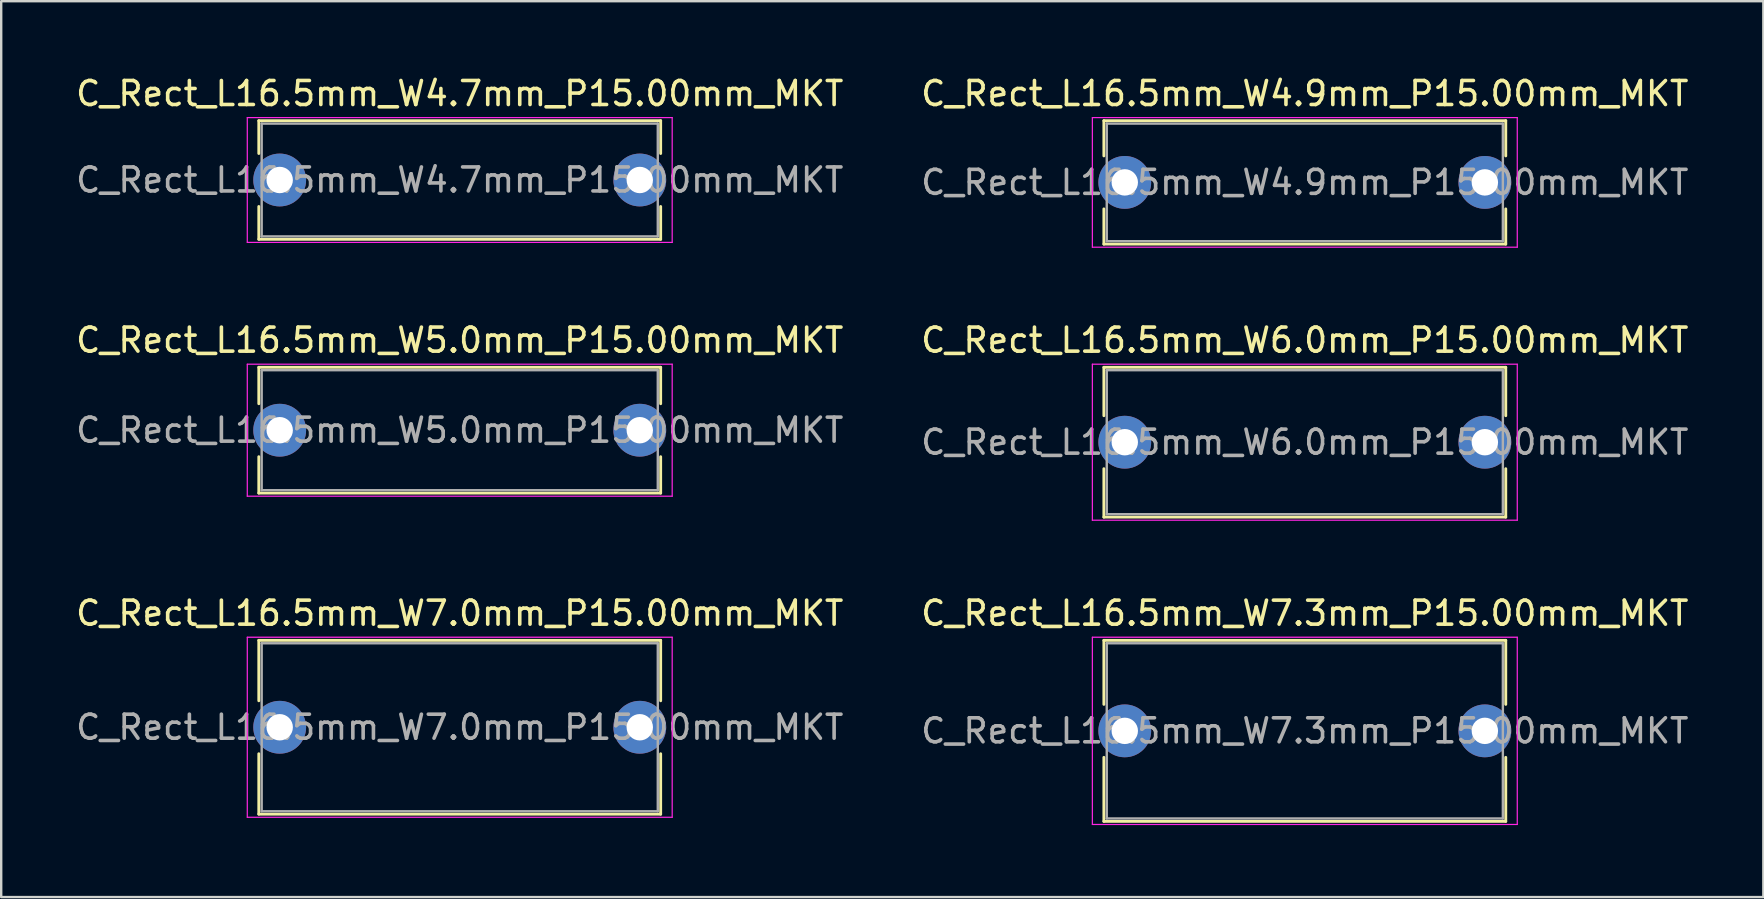
<source format=kicad_pcb>
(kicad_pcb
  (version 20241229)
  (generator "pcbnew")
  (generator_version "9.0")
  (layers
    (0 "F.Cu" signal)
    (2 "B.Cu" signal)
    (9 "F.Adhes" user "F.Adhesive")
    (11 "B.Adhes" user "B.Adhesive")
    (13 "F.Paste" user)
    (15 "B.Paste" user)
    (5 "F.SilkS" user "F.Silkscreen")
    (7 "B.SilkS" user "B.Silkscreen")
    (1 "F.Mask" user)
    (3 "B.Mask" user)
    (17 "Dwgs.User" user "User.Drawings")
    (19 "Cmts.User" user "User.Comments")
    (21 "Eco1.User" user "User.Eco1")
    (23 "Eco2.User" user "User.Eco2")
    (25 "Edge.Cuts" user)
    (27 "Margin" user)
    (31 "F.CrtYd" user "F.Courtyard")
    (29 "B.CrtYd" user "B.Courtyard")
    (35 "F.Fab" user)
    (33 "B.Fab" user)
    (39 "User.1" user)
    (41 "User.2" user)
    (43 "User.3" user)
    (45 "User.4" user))
  (footprint "C_Rect_L16.5mm_W7.0mm_P15.00mm_MKT"
    (layer "F.Cu")
    (at 8.601 27.245)
    (property "Reference" "C_Rect_L16.5mm_W7.0mm_P15.00mm_MKT" (at 7.5 -4.75 0) (layer "F.SilkS") (effects (font (size 1 1) (thickness 0.15))))
    (attr through_hole)
    (fp_line (start -0.87 -3.62) (end -0.87 -1.104) (stroke (width 0.12) (type solid)) (layer "F.SilkS"))
    (fp_line (start -0.87 -3.62) (end 15.87 -3.62) (stroke (width 0.12) (type solid)) (layer "F.SilkS"))
    (fp_line (start -0.87 1.104) (end -0.87 3.62) (stroke (width 0.12) (type solid)) (layer "F.SilkS"))
    (fp_line (start -0.87 3.62) (end 15.87 3.62) (stroke (width 0.12) (type solid)) (layer "F.SilkS"))
    (fp_line (start 15.87 -3.62) (end 15.87 -1.104) (stroke (width 0.12) (type solid)) (layer "F.SilkS"))
    (fp_line (start 15.87 1.104) (end 15.87 3.62) (stroke (width 0.12) (type solid)) (layer "F.SilkS"))
    (fp_line (start -1.35 -3.75) (end -1.35 3.75) (stroke (width 0.05) (type solid)) (layer "F.CrtYd"))
    (fp_line (start -1.35 3.75) (end 16.35 3.75) (stroke (width 0.05) (type solid)) (layer "F.CrtYd"))
    (fp_line (start 16.35 -3.75) (end -1.35 -3.75) (stroke (width 0.05) (type solid)) (layer "F.CrtYd"))
    (fp_line (start 16.35 3.75) (end 16.35 -3.75) (stroke (width 0.05) (type solid)) (layer "F.CrtYd"))
    (fp_line (start -0.75 -3.5) (end -0.75 3.5) (stroke (width 0.1) (type solid)) (layer "F.Fab"))
    (fp_line (start -0.75 3.5) (end 15.75 3.5) (stroke (width 0.1) (type solid)) (layer "F.Fab"))
    (fp_line (start 15.75 -3.5) (end -0.75 -3.5) (stroke (width 0.1) (type solid)) (layer "F.Fab"))
    (fp_line (start 15.75 3.5) (end 15.75 -3.5) (stroke (width 0.1) (type solid)) (layer "F.Fab"))
    (fp_text user "${REFERENCE}" (at 7.5 0 0) (layer "F.Fab") (effects (font (size 1 1) (thickness 0.15))))
    (pad "1" thru_hole circle (at 0 0) (size 2.2 2.2) (drill 1.1) (layers "*.Cu" "*.Mask"))
    (pad "2" thru_hole circle (at 15 0) (size 2.2 2.2) (drill 1.1) (layers "*.Cu" "*.Mask")))
  (footprint "C_Rect_L16.5mm_W4.9mm_P15.00mm_MKT"
    (layer "F.Cu")
    (at 43.804 4.548)
    (property "Reference" "C_Rect_L16.5mm_W4.9mm_P15.00mm_MKT" (at 7.5 -3.7 0) (layer "F.SilkS") (effects (font (size 1 1) (thickness 0.15))))
    (attr through_hole)
    (fp_line (start -0.87 -2.571) (end -0.87 -1.104) (stroke (width 0.12) (type solid)) (layer "F.SilkS"))
    (fp_line (start -0.87 -2.571) (end 15.87 -2.571) (stroke (width 0.12) (type solid)) (layer "F.SilkS"))
    (fp_line (start -0.87 1.104) (end -0.87 2.571) (stroke (width 0.12) (type solid)) (layer "F.SilkS"))
    (fp_line (start -0.87 2.571) (end 15.87 2.571) (stroke (width 0.12) (type solid)) (layer "F.SilkS"))
    (fp_line (start 15.87 -2.571) (end 15.87 -1.104) (stroke (width 0.12) (type solid)) (layer "F.SilkS"))
    (fp_line (start 15.87 1.104) (end 15.87 2.571) (stroke (width 0.12) (type solid)) (layer "F.SilkS"))
    (fp_line (start -1.35 -2.7) (end -1.35 2.7) (stroke (width 0.05) (type solid)) (layer "F.CrtYd"))
    (fp_line (start -1.35 2.7) (end 16.35 2.7) (stroke (width 0.05) (type solid)) (layer "F.CrtYd"))
    (fp_line (start 16.35 -2.7) (end -1.35 -2.7) (stroke (width 0.05) (type solid)) (layer "F.CrtYd"))
    (fp_line (start 16.35 2.7) (end 16.35 -2.7) (stroke (width 0.05) (type solid)) (layer "F.CrtYd"))
    (fp_line (start -0.75 -2.45) (end -0.75 2.45) (stroke (width 0.1) (type solid)) (layer "F.Fab"))
    (fp_line (start -0.75 2.45) (end 15.75 2.45) (stroke (width 0.1) (type solid)) (layer "F.Fab"))
    (fp_line (start 15.75 -2.45) (end -0.75 -2.45) (stroke (width 0.1) (type solid)) (layer "F.Fab"))
    (fp_line (start 15.75 2.45) (end 15.75 -2.45) (stroke (width 0.1) (type solid)) (layer "F.Fab"))
    (fp_text user "${REFERENCE}" (at 7.5 0 0) (layer "F.Fab") (effects (font (size 1 1) (thickness 0.15))))
    (pad "1" thru_hole circle (at 0 0) (size 2.2 2.2) (drill 1.1) (layers "*.Cu" "*.Mask"))
    (pad "2" thru_hole circle (at 15 0) (size 2.2 2.2) (drill 1.1) (layers "*.Cu" "*.Mask")))
  (footprint "C_Rect_L16.5mm_W5.0mm_P15.00mm_MKT"
    (layer "F.Cu")
    (at 8.601 14.871)
    (property "Reference" "C_Rect_L16.5mm_W5.0mm_P15.00mm_MKT" (at 7.5 -3.75 0) (layer "F.SilkS") (effects (font (size 1 1) (thickness 0.15))))
    (attr through_hole)
    (fp_line (start -0.87 -2.62) (end -0.87 -1.104) (stroke (width 0.12) (type solid)) (layer "F.SilkS"))
    (fp_line (start -0.87 -2.62) (end 15.87 -2.62) (stroke (width 0.12) (type solid)) (layer "F.SilkS"))
    (fp_line (start -0.87 1.104) (end -0.87 2.62) (stroke (width 0.12) (type solid)) (layer "F.SilkS"))
    (fp_line (start -0.87 2.62) (end 15.87 2.62) (stroke (width 0.12) (type solid)) (layer "F.SilkS"))
    (fp_line (start 15.87 -2.62) (end 15.87 -1.104) (stroke (width 0.12) (type solid)) (layer "F.SilkS"))
    (fp_line (start 15.87 1.104) (end 15.87 2.62) (stroke (width 0.12) (type solid)) (layer "F.SilkS"))
    (fp_line (start -1.35 -2.75) (end -1.35 2.75) (stroke (width 0.05) (type solid)) (layer "F.CrtYd"))
    (fp_line (start -1.35 2.75) (end 16.35 2.75) (stroke (width 0.05) (type solid)) (layer "F.CrtYd"))
    (fp_line (start 16.35 -2.75) (end -1.35 -2.75) (stroke (width 0.05) (type solid)) (layer "F.CrtYd"))
    (fp_line (start 16.35 2.75) (end 16.35 -2.75) (stroke (width 0.05) (type solid)) (layer "F.CrtYd"))
    (fp_line (start -0.75 -2.5) (end -0.75 2.5) (stroke (width 0.1) (type solid)) (layer "F.Fab"))
    (fp_line (start -0.75 2.5) (end 15.75 2.5) (stroke (width 0.1) (type solid)) (layer "F.Fab"))
    (fp_line (start 15.75 -2.5) (end -0.75 -2.5) (stroke (width 0.1) (type solid)) (layer "F.Fab"))
    (fp_line (start 15.75 2.5) (end 15.75 -2.5) (stroke (width 0.1) (type solid)) (layer "F.Fab"))
    (fp_text user "${REFERENCE}" (at 7.5 0 0) (layer "F.Fab") (effects (font (size 1 1) (thickness 0.15))))
    (pad "1" thru_hole circle (at 0 0) (size 2.2 2.2) (drill 1.1) (layers "*.Cu" "*.Mask"))
    (pad "2" thru_hole circle (at 15 0) (size 2.2 2.2) (drill 1.1) (layers "*.Cu" "*.Mask")))
  (footprint "C_Rect_L16.5mm_W4.7mm_P15.00mm_MKT"
    (layer "F.Cu")
    (at 8.601 4.448)
    (property "Reference" "C_Rect_L16.5mm_W4.7mm_P15.00mm_MKT" (at 7.5 -3.6 0) (layer "F.SilkS") (effects (font (size 1 1) (thickness 0.15))))
    (attr through_hole)
    (fp_line (start -0.87 -2.47) (end -0.87 -1.104) (stroke (width 0.12) (type solid)) (layer "F.SilkS"))
    (fp_line (start -0.87 -2.47) (end 15.87 -2.47) (stroke (width 0.12) (type solid)) (layer "F.SilkS"))
    (fp_line (start -0.87 1.104) (end -0.87 2.47) (stroke (width 0.12) (type solid)) (layer "F.SilkS"))
    (fp_line (start -0.87 2.47) (end 15.87 2.47) (stroke (width 0.12) (type solid)) (layer "F.SilkS"))
    (fp_line (start 15.87 -2.47) (end 15.87 -1.104) (stroke (width 0.12) (type solid)) (layer "F.SilkS"))
    (fp_line (start 15.87 1.104) (end 15.87 2.47) (stroke (width 0.12) (type solid)) (layer "F.SilkS"))
    (fp_line (start -1.35 -2.6) (end -1.35 2.6) (stroke (width 0.05) (type solid)) (layer "F.CrtYd"))
    (fp_line (start -1.35 2.6) (end 16.35 2.6) (stroke (width 0.05) (type solid)) (layer "F.CrtYd"))
    (fp_line (start 16.35 -2.6) (end -1.35 -2.6) (stroke (width 0.05) (type solid)) (layer "F.CrtYd"))
    (fp_line (start 16.35 2.6) (end 16.35 -2.6) (stroke (width 0.05) (type solid)) (layer "F.CrtYd"))
    (fp_line (start -0.75 -2.35) (end -0.75 2.35) (stroke (width 0.1) (type solid)) (layer "F.Fab"))
    (fp_line (start -0.75 2.35) (end 15.75 2.35) (stroke (width 0.1) (type solid)) (layer "F.Fab"))
    (fp_line (start 15.75 -2.35) (end -0.75 -2.35) (stroke (width 0.1) (type solid)) (layer "F.Fab"))
    (fp_line (start 15.75 2.35) (end 15.75 -2.35) (stroke (width 0.1) (type solid)) (layer "F.Fab"))
    (fp_text user "${REFERENCE}" (at 7.5 0 0) (layer "F.Fab") (effects (font (size 1 1) (thickness 0.15))))
    (pad "1" thru_hole circle (at 0 0) (size 2.2 2.2) (drill 1.1) (layers "*.Cu" "*.Mask"))
    (pad "2" thru_hole circle (at 15 0) (size 2.2 2.2) (drill 1.1) (layers "*.Cu" "*.Mask")))
  (footprint "C_Rect_L16.5mm_W7.3mm_P15.00mm_MKT"
    (layer "F.Cu")
    (at 43.804 27.395)
    (property "Reference" "C_Rect_L16.5mm_W7.3mm_P15.00mm_MKT" (at 7.5 -4.9 0) (layer "F.SilkS") (effects (font (size 1 1) (thickness 0.15))))
    (attr through_hole)
    (fp_line (start -0.87 -3.77) (end -0.87 -1.104) (stroke (width 0.12) (type solid)) (layer "F.SilkS"))
    (fp_line (start -0.87 -3.77) (end 15.87 -3.77) (stroke (width 0.12) (type solid)) (layer "F.SilkS"))
    (fp_line (start -0.87 1.104) (end -0.87 3.77) (stroke (width 0.12) (type solid)) (layer "F.SilkS"))
    (fp_line (start -0.87 3.77) (end 15.87 3.77) (stroke (width 0.12) (type solid)) (layer "F.SilkS"))
    (fp_line (start 15.87 -3.77) (end 15.87 -1.104) (stroke (width 0.12) (type solid)) (layer "F.SilkS"))
    (fp_line (start 15.87 1.104) (end 15.87 3.77) (stroke (width 0.12) (type solid)) (layer "F.SilkS"))
    (fp_line (start -1.35 -3.9) (end -1.35 3.9) (stroke (width 0.05) (type solid)) (layer "F.CrtYd"))
    (fp_line (start -1.35 3.9) (end 16.35 3.9) (stroke (width 0.05) (type solid)) (layer "F.CrtYd"))
    (fp_line (start 16.35 -3.9) (end -1.35 -3.9) (stroke (width 0.05) (type solid)) (layer "F.CrtYd"))
    (fp_line (start 16.35 3.9) (end 16.35 -3.9) (stroke (width 0.05) (type solid)) (layer "F.CrtYd"))
    (fp_line (start -0.75 -3.65) (end -0.75 3.65) (stroke (width 0.1) (type solid)) (layer "F.Fab"))
    (fp_line (start -0.75 3.65) (end 15.75 3.65) (stroke (width 0.1) (type solid)) (layer "F.Fab"))
    (fp_line (start 15.75 -3.65) (end -0.75 -3.65) (stroke (width 0.1) (type solid)) (layer "F.Fab"))
    (fp_line (start 15.75 3.65) (end 15.75 -3.65) (stroke (width 0.1) (type solid)) (layer "F.Fab"))
    (fp_text user "${REFERENCE}" (at 7.5 0 0) (layer "F.Fab") (effects (font (size 1 1) (thickness 0.15))))
    (pad "1" thru_hole circle (at 0 0) (size 2.2 2.2) (drill 1.1) (layers "*.Cu" "*.Mask"))
    (pad "2" thru_hole circle (at 15 0) (size 2.2 2.2) (drill 1.1) (layers "*.Cu" "*.Mask")))
  (footprint "C_Rect_L16.5mm_W6.0mm_P15.00mm_MKT"
    (layer "F.Cu")
    (at 43.804 15.371)
    (property "Reference" "C_Rect_L16.5mm_W6.0mm_P15.00mm_MKT" (at 7.5 -4.25 0) (layer "F.SilkS") (effects (font (size 1 1) (thickness 0.15))))
    (attr through_hole)
    (fp_line (start -0.87 -3.12) (end -0.87 -1.104) (stroke (width 0.12) (type solid)) (layer "F.SilkS"))
    (fp_line (start -0.87 -3.12) (end 15.87 -3.12) (stroke (width 0.12) (type solid)) (layer "F.SilkS"))
    (fp_line (start -0.87 1.104) (end -0.87 3.12) (stroke (width 0.12) (type solid)) (layer "F.SilkS"))
    (fp_line (start -0.87 3.12) (end 15.87 3.12) (stroke (width 0.12) (type solid)) (layer "F.SilkS"))
    (fp_line (start 15.87 -3.12) (end 15.87 -1.104) (stroke (width 0.12) (type solid)) (layer "F.SilkS"))
    (fp_line (start 15.87 1.104) (end 15.87 3.12) (stroke (width 0.12) (type solid)) (layer "F.SilkS"))
    (fp_line (start -1.35 -3.25) (end -1.35 3.25) (stroke (width 0.05) (type solid)) (layer "F.CrtYd"))
    (fp_line (start -1.35 3.25) (end 16.35 3.25) (stroke (width 0.05) (type solid)) (layer "F.CrtYd"))
    (fp_line (start 16.35 -3.25) (end -1.35 -3.25) (stroke (width 0.05) (type solid)) (layer "F.CrtYd"))
    (fp_line (start 16.35 3.25) (end 16.35 -3.25) (stroke (width 0.05) (type solid)) (layer "F.CrtYd"))
    (fp_line (start -0.75 -3) (end -0.75 3) (stroke (width 0.1) (type solid)) (layer "F.Fab"))
    (fp_line (start -0.75 3) (end 15.75 3) (stroke (width 0.1) (type solid)) (layer "F.Fab"))
    (fp_line (start 15.75 -3) (end -0.75 -3) (stroke (width 0.1) (type solid)) (layer "F.Fab"))
    (fp_line (start 15.75 3) (end 15.75 -3) (stroke (width 0.1) (type solid)) (layer "F.Fab"))
    (fp_text user "${REFERENCE}" (at 7.5 0 0) (layer "F.Fab") (effects (font (size 1 1) (thickness 0.15))))
    (pad "1" thru_hole circle (at 0 0) (size 2.2 2.2) (drill 1.1) (layers "*.Cu" "*.Mask"))
    (pad "2" thru_hole circle (at 15 0) (size 2.2 2.2) (drill 1.1) (layers "*.Cu" "*.Mask")))
  (gr_rect
    (start -3 -3)
    (end 70.405 34.32)
    (stroke (width 0.1) (type default))
    (fill no)
    (layer "Edge.Cuts")))
</source>
